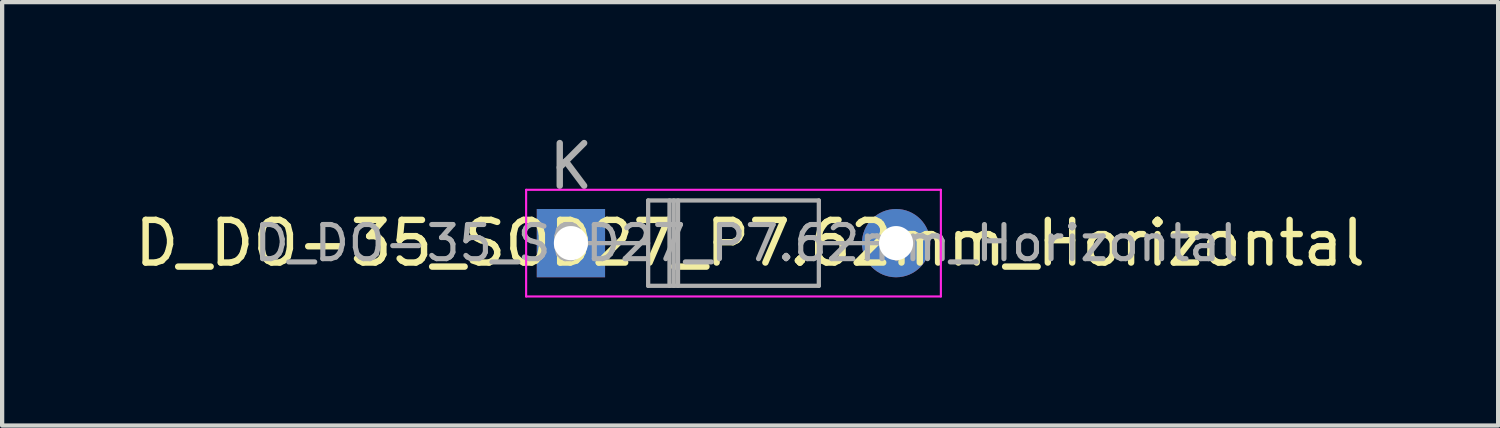
<source format=kicad_pcb>
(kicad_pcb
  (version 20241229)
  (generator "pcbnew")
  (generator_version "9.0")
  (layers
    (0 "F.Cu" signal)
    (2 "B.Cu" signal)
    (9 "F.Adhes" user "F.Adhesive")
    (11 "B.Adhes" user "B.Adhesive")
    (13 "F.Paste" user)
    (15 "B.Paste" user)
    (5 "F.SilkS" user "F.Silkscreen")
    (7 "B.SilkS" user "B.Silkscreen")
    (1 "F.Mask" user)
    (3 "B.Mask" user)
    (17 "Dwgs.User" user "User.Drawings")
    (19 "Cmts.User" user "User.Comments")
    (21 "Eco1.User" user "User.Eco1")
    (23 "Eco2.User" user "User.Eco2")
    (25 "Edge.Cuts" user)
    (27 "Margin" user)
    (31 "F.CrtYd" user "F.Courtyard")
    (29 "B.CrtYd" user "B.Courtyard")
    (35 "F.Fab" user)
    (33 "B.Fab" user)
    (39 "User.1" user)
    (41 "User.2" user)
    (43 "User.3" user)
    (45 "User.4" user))
  (footprint "D_DO-35_SOD27_P7.62mm_Horizontal"
    (layer "F.Cu")
    (at 10.33 2.648)
    (property "Reference" "D_DO-35_SOD27_P7.62mm_Horizontal" (at 4.2 0 0) (layer "F.SilkS") (effects (font (size 1 1) (thickness 0.15))))
    (attr through_hole)
    (fp_line (start -1.05 -1.25) (end -1.05 1.25) (stroke (width 0.05) (type solid)) (layer "F.CrtYd"))
    (fp_line (start -1.05 1.25) (end 8.67 1.25) (stroke (width 0.05) (type solid)) (layer "F.CrtYd"))
    (fp_line (start 8.67 -1.25) (end -1.05 -1.25) (stroke (width 0.05) (type solid)) (layer "F.CrtYd"))
    (fp_line (start 8.67 1.25) (end 8.67 -1.25) (stroke (width 0.05) (type solid)) (layer "F.CrtYd"))
    (fp_line (start 0 0) (end 1.81 0) (stroke (width 0.1) (type solid)) (layer "F.Fab"))
    (fp_line (start 1.81 -1) (end 1.81 1) (stroke (width 0.1) (type solid)) (layer "F.Fab"))
    (fp_line (start 1.81 1) (end 5.81 1) (stroke (width 0.1) (type solid)) (layer "F.Fab"))
    (fp_line (start 2.31 -1) (end 2.31 1) (stroke (width 0.1) (type solid)) (layer "F.Fab"))
    (fp_line (start 2.41 -1) (end 2.41 1) (stroke (width 0.1) (type solid)) (layer "F.Fab"))
    (fp_line (start 2.51 -1) (end 2.51 1) (stroke (width 0.1) (type solid)) (layer "F.Fab"))
    (fp_line (start 5.81 -1) (end 1.81 -1) (stroke (width 0.1) (type solid)) (layer "F.Fab"))
    (fp_line (start 5.81 1) (end 5.81 -1) (stroke (width 0.1) (type solid)) (layer "F.Fab"))
    (fp_line (start 7.62 0) (end 5.81 0) (stroke (width 0.1) (type solid)) (layer "F.Fab"))
    (fp_text user "K" (at 0 -1.8 0) (layer "F.Fab") (effects (font (size 1 1) (thickness 0.15))))
    (fp_text user "${REFERENCE}" (at 4.11 0 0) (layer "F.Fab") (effects (font (size 0.8 0.8) (thickness 0.12))))
    (pad "1" thru_hole rect (at 0 0) (size 1.6 1.6) (drill 0.8) (layers "*.Cu" "*.Mask"))
    (pad "2" thru_hole oval (at 7.62 0) (size 1.6 1.6) (drill 0.8) (layers "*.Cu" "*.Mask")))
  (gr_rect
    (start -3 -3)
    (end 32.06 6.923)
    (stroke (width 0.1) (type default))
    (fill no)
    (layer "Edge.Cuts")))
</source>
